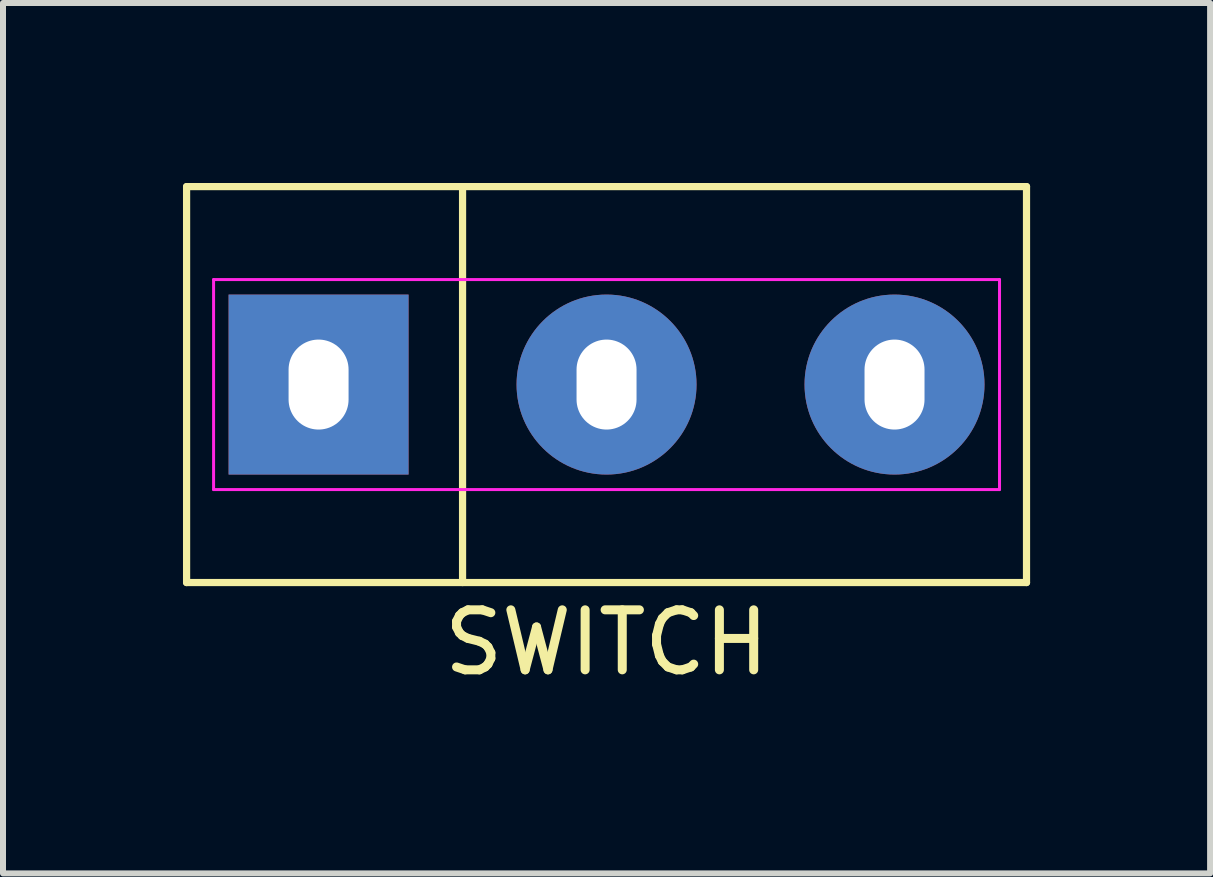
<source format=kicad_pcb>
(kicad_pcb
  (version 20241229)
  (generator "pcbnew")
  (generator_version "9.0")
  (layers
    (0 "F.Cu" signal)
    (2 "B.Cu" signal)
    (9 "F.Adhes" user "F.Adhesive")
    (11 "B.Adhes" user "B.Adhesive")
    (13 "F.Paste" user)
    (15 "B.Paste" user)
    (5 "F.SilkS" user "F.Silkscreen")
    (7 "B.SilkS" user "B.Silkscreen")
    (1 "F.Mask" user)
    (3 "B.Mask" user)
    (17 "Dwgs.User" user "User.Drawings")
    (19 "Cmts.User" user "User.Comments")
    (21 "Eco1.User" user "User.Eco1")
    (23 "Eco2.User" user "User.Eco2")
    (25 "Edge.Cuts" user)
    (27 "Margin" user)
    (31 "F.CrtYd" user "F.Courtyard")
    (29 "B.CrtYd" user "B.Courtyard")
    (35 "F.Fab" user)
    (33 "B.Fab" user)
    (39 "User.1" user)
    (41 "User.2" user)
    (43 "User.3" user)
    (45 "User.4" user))
  (footprint "SWITCH"
    (layer "F.Cu")
    (at 7.06 3.36)
    (property "Reference" "SWITCH" (at 0 4.3 0) (layer "F.SilkS") (effects (font (size 1 1) (thickness 0.15))))
    (attr through_hole)
    (fp_line (start -7 -3.3) (end 7 -3.3) (stroke (width 0.12) (type default)) (layer "F.SilkS"))
    (fp_line (start -7 3.3) (end -7 -3.3) (stroke (width 0.12) (type default)) (layer "F.SilkS"))
    (fp_line (start -2.4 -3.3) (end -2.4 3.3) (stroke (width 0.12) (type default)) (layer "F.SilkS"))
    (fp_line (start 7 -3.3) (end 7 3.3) (stroke (width 0.12) (type default)) (layer "F.SilkS"))
    (fp_line (start 7 3.3) (end -7 3.3) (stroke (width 0.12) (type default)) (layer "F.SilkS"))
    (fp_line (start -6.55 -1.75) (end 6.55 -1.75) (stroke (width 0.05) (type default)) (layer "F.CrtYd"))
    (fp_line (start -6.55 1.75) (end -6.55 -1.75) (stroke (width 0.05) (type default)) (layer "F.CrtYd"))
    (fp_line (start 6.55 -1.75) (end 6.55 1.75) (stroke (width 0.05) (type default)) (layer "F.CrtYd"))
    (fp_line (start 6.55 1.75) (end -6.55 1.75) (stroke (width 0.05) (type default)) (layer "F.CrtYd"))
    (pad "1" thru_hole rect (at -4.8 0) (size 3 3) (drill oval 1 1.5) (layers "*.Cu" "*.Mask"))
    (pad "2" thru_hole circle (at 0 0) (size 3 3) (drill oval 1 1.5) (layers "*.Cu" "*.Mask"))
    (pad "3" thru_hole circle (at 4.8 0) (size 3 3) (drill oval 1 1.5) (layers "*.Cu" "*.Mask")))
  (gr_rect
    (start -3 -3)
    (end 17.12 11.508)
    (stroke (width 0.1) (type default))
    (fill no)
    (layer "Edge.Cuts")))
</source>
